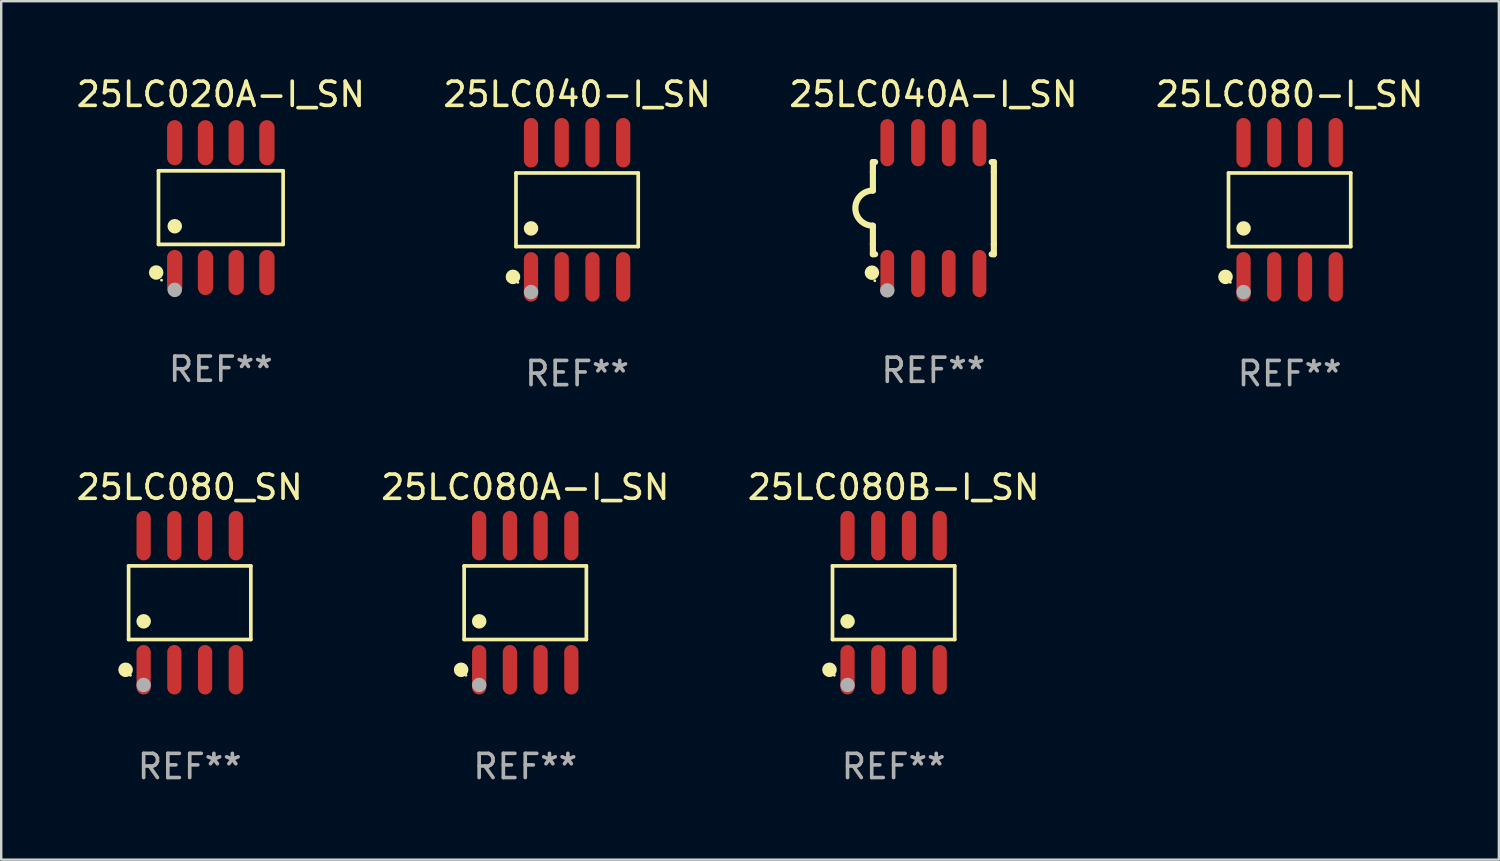
<source format=kicad_pcb>
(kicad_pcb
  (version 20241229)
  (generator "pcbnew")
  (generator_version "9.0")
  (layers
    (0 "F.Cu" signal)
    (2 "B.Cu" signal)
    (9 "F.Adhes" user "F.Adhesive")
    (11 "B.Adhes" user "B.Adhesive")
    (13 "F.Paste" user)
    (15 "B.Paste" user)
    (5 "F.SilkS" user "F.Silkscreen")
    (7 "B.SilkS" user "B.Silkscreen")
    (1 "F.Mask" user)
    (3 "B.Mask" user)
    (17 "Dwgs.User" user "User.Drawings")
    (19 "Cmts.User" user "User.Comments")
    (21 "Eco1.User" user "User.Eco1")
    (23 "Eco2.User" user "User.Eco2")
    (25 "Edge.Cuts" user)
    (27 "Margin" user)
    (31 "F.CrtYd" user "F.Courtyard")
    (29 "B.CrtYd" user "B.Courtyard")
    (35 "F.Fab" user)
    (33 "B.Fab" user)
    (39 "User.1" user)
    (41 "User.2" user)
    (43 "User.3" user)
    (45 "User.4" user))
  (footprint "25LC080B-I_SN"
    (layer "F.Cu")
    (at 33.887 21.862)
    (property "Reference" "25LC080B-I_SN" (at 0 -4.772 0) (layer "F.SilkS") (effects (font (size 1 1) (thickness 0.15))))
    (attr through_hole)
    (fp_line (start -2.526 -1.521) (end 2.526 -1.521) (stroke (width 0.152) (type solid)) (layer "F.SilkS"))
    (fp_line (start -2.526 1.521) (end -2.526 -1.521) (stroke (width 0.152) (type solid)) (layer "F.SilkS"))
    (fp_line (start 2.526 -1.521) (end 2.526 1.521) (stroke (width 0.152) (type solid)) (layer "F.SilkS"))
    (fp_line (start 2.526 1.521) (end -2.526 1.521) (stroke (width 0.152) (type solid)) (layer "F.SilkS"))
    (fp_circle (center -2.652 2.772) (end -2.501 2.772) (stroke (width 0.3) (type solid)) (fill no) (layer "F.SilkS"))
    (fp_circle (center -2.45 3) (end -2.42 3) (stroke (width 0.06) (type solid)) (fill no) (layer "F.SilkS"))
    (fp_circle (center -1.905 0.769) (end -1.755 0.769) (stroke (width 0.3) (type solid)) (fill no) (layer "F.SilkS"))
    (fp_circle (center -1.905 3.4) (end -1.755 3.4) (stroke (width 0.3) (type solid)) (fill no) (layer "F.Fab"))
    (fp_text user "REF**" (at 0 6.772 0) (layer "F.Fab") (effects (font (size 1 1) (thickness 0.15))))
    (pad "1" smd oval (at -1.905 2.772) (size 0.588 2.045) (layers "F.Cu" "F.Mask" "F.Paste"))
    (pad "2" smd oval (at -0.635 2.772) (size 0.588 2.045) (layers "F.Cu" "F.Mask" "F.Paste"))
    (pad "3" smd oval (at 0.635 2.772) (size 0.588 2.045) (layers "F.Cu" "F.Mask" "F.Paste"))
    (pad "4" smd oval (at 1.905 2.772) (size 0.588 2.045) (layers "F.Cu" "F.Mask" "F.Paste"))
    (pad "5" smd oval (at 1.905 -2.772) (size 0.588 2.045) (layers "F.Cu" "F.Mask" "F.Paste"))
    (pad "6" smd oval (at 0.635 -2.772) (size 0.588 2.045) (layers "F.Cu" "F.Mask" "F.Paste"))
    (pad "7" smd oval (at -0.635 -2.772) (size 0.588 2.045) (layers "F.Cu" "F.Mask" "F.Paste"))
    (pad "8" smd oval (at -1.905 -2.772) (size 0.588 2.045) (layers "F.Cu" "F.Mask" "F.Paste")))
  (footprint "25LC080A-I_SN"
    (layer "F.Cu")
    (at 18.661 21.862)
    (property "Reference" "25LC080A-I_SN" (at 0 -4.772 0) (layer "F.SilkS") (effects (font (size 1 1) (thickness 0.15))))
    (attr through_hole)
    (fp_line (start -2.526 -1.521) (end 2.526 -1.521) (stroke (width 0.152) (type solid)) (layer "F.SilkS"))
    (fp_line (start -2.526 1.521) (end -2.526 -1.521) (stroke (width 0.152) (type solid)) (layer "F.SilkS"))
    (fp_line (start 2.526 -1.521) (end 2.526 1.521) (stroke (width 0.152) (type solid)) (layer "F.SilkS"))
    (fp_line (start 2.526 1.521) (end -2.526 1.521) (stroke (width 0.152) (type solid)) (layer "F.SilkS"))
    (fp_circle (center -2.652 2.772) (end -2.501 2.772) (stroke (width 0.3) (type solid)) (fill no) (layer "F.SilkS"))
    (fp_circle (center -2.45 3) (end -2.42 3) (stroke (width 0.06) (type solid)) (fill no) (layer "F.SilkS"))
    (fp_circle (center -1.905 0.769) (end -1.755 0.769) (stroke (width 0.3) (type solid)) (fill no) (layer "F.SilkS"))
    (fp_circle (center -1.905 3.4) (end -1.755 3.4) (stroke (width 0.3) (type solid)) (fill no) (layer "F.Fab"))
    (fp_text user "REF**" (at 0 6.772 0) (layer "F.Fab") (effects (font (size 1 1) (thickness 0.15))))
    (pad "1" smd oval (at -1.905 2.772) (size 0.588 2.045) (layers "F.Cu" "F.Mask" "F.Paste"))
    (pad "2" smd oval (at -0.635 2.772) (size 0.588 2.045) (layers "F.Cu" "F.Mask" "F.Paste"))
    (pad "3" smd oval (at 0.635 2.772) (size 0.588 2.045) (layers "F.Cu" "F.Mask" "F.Paste"))
    (pad "4" smd oval (at 1.905 2.772) (size 0.588 2.045) (layers "F.Cu" "F.Mask" "F.Paste"))
    (pad "5" smd oval (at 1.905 -2.772) (size 0.588 2.045) (layers "F.Cu" "F.Mask" "F.Paste"))
    (pad "6" smd oval (at 0.635 -2.772) (size 0.588 2.045) (layers "F.Cu" "F.Mask" "F.Paste"))
    (pad "7" smd oval (at -0.635 -2.772) (size 0.588 2.045) (layers "F.Cu" "F.Mask" "F.Paste"))
    (pad "8" smd oval (at -1.905 -2.772) (size 0.588 2.045) (layers "F.Cu" "F.Mask" "F.Paste")))
  (footprint "25LC040-I_SN"
    (layer "F.Cu")
    (at 20.804 5.621)
    (property "Reference" "25LC040-I_SN" (at 0 -4.772 0) (layer "F.SilkS") (effects (font (size 1 1) (thickness 0.15))))
    (attr through_hole)
    (fp_line (start -2.526 -1.521) (end 2.526 -1.521) (stroke (width 0.152) (type solid)) (layer "F.SilkS"))
    (fp_line (start -2.526 1.521) (end -2.526 -1.521) (stroke (width 0.152) (type solid)) (layer "F.SilkS"))
    (fp_line (start 2.526 -1.521) (end 2.526 1.521) (stroke (width 0.152) (type solid)) (layer "F.SilkS"))
    (fp_line (start 2.526 1.521) (end -2.526 1.521) (stroke (width 0.152) (type solid)) (layer "F.SilkS"))
    (fp_circle (center -2.652 2.772) (end -2.501 2.772) (stroke (width 0.3) (type solid)) (fill no) (layer "F.SilkS"))
    (fp_circle (center -2.45 3) (end -2.42 3) (stroke (width 0.06) (type solid)) (fill no) (layer "F.SilkS"))
    (fp_circle (center -1.905 0.769) (end -1.755 0.769) (stroke (width 0.3) (type solid)) (fill no) (layer "F.SilkS"))
    (fp_circle (center -1.905 3.4) (end -1.755 3.4) (stroke (width 0.3) (type solid)) (fill no) (layer "F.Fab"))
    (fp_text user "REF**" (at 0 6.772 0) (layer "F.Fab") (effects (font (size 1 1) (thickness 0.15))))
    (pad "1" smd oval (at -1.905 2.772) (size 0.588 2.045) (layers "F.Cu" "F.Mask" "F.Paste"))
    (pad "2" smd oval (at -0.635 2.772) (size 0.588 2.045) (layers "F.Cu" "F.Mask" "F.Paste"))
    (pad "3" smd oval (at 0.635 2.772) (size 0.588 2.045) (layers "F.Cu" "F.Mask" "F.Paste"))
    (pad "4" smd oval (at 1.905 2.772) (size 0.588 2.045) (layers "F.Cu" "F.Mask" "F.Paste"))
    (pad "5" smd oval (at 1.905 -2.772) (size 0.588 2.045) (layers "F.Cu" "F.Mask" "F.Paste"))
    (pad "6" smd oval (at 0.635 -2.772) (size 0.588 2.045) (layers "F.Cu" "F.Mask" "F.Paste"))
    (pad "7" smd oval (at -0.635 -2.772) (size 0.588 2.045) (layers "F.Cu" "F.Mask" "F.Paste"))
    (pad "8" smd oval (at -1.905 -2.772) (size 0.588 2.045) (layers "F.Cu" "F.Mask" "F.Paste")))
  (footprint "25LC080-I_SN"
    (layer "F.Cu")
    (at 50.256 5.621)
    (property "Reference" "25LC080-I_SN" (at 0 -4.772 0) (layer "F.SilkS") (effects (font (size 1 1) (thickness 0.15))))
    (attr through_hole)
    (fp_line (start -2.526 -1.521) (end 2.526 -1.521) (stroke (width 0.152) (type solid)) (layer "F.SilkS"))
    (fp_line (start -2.526 1.521) (end -2.526 -1.521) (stroke (width 0.152) (type solid)) (layer "F.SilkS"))
    (fp_line (start 2.526 -1.521) (end 2.526 1.521) (stroke (width 0.152) (type solid)) (layer "F.SilkS"))
    (fp_line (start 2.526 1.521) (end -2.526 1.521) (stroke (width 0.152) (type solid)) (layer "F.SilkS"))
    (fp_circle (center -2.652 2.772) (end -2.501 2.772) (stroke (width 0.3) (type solid)) (fill no) (layer "F.SilkS"))
    (fp_circle (center -2.45 3) (end -2.42 3) (stroke (width 0.06) (type solid)) (fill no) (layer "F.SilkS"))
    (fp_circle (center -1.905 0.769) (end -1.755 0.769) (stroke (width 0.3) (type solid)) (fill no) (layer "F.SilkS"))
    (fp_circle (center -1.905 3.4) (end -1.755 3.4) (stroke (width 0.3) (type solid)) (fill no) (layer "F.Fab"))
    (fp_text user "REF**" (at 0 6.772 0) (layer "F.Fab") (effects (font (size 1 1) (thickness 0.15))))
    (pad "1" smd oval (at -1.905 2.772) (size 0.588 2.045) (layers "F.Cu" "F.Mask" "F.Paste"))
    (pad "2" smd oval (at -0.635 2.772) (size 0.588 2.045) (layers "F.Cu" "F.Mask" "F.Paste"))
    (pad "3" smd oval (at 0.635 2.772) (size 0.588 2.045) (layers "F.Cu" "F.Mask" "F.Paste"))
    (pad "4" smd oval (at 1.905 2.772) (size 0.588 2.045) (layers "F.Cu" "F.Mask" "F.Paste"))
    (pad "5" smd oval (at 1.905 -2.772) (size 0.588 2.045) (layers "F.Cu" "F.Mask" "F.Paste"))
    (pad "6" smd oval (at 0.635 -2.772) (size 0.588 2.045) (layers "F.Cu" "F.Mask" "F.Paste"))
    (pad "7" smd oval (at -0.635 -2.772) (size 0.588 2.045) (layers "F.Cu" "F.Mask" "F.Paste"))
    (pad "8" smd oval (at -1.905 -2.772) (size 0.588 2.045) (layers "F.Cu" "F.Mask" "F.Paste")))
  (footprint "25LC080_SN"
    (layer "F.Cu")
    (at 4.792 21.862)
    (property "Reference" "25LC080_SN" (at 0 -4.772 0) (layer "F.SilkS") (effects (font (size 1 1) (thickness 0.15))))
    (attr through_hole)
    (fp_line (start -2.526 -1.521) (end 2.526 -1.521) (stroke (width 0.152) (type solid)) (layer "F.SilkS"))
    (fp_line (start -2.526 1.521) (end -2.526 -1.521) (stroke (width 0.152) (type solid)) (layer "F.SilkS"))
    (fp_line (start 2.526 -1.521) (end 2.526 1.521) (stroke (width 0.152) (type solid)) (layer "F.SilkS"))
    (fp_line (start 2.526 1.521) (end -2.526 1.521) (stroke (width 0.152) (type solid)) (layer "F.SilkS"))
    (fp_circle (center -2.652 2.772) (end -2.501 2.772) (stroke (width 0.3) (type solid)) (fill no) (layer "F.SilkS"))
    (fp_circle (center -2.45 3) (end -2.42 3) (stroke (width 0.06) (type solid)) (fill no) (layer "F.SilkS"))
    (fp_circle (center -1.905 0.769) (end -1.755 0.769) (stroke (width 0.3) (type solid)) (fill no) (layer "F.SilkS"))
    (fp_circle (center -1.905 3.4) (end -1.755 3.4) (stroke (width 0.3) (type solid)) (fill no) (layer "F.Fab"))
    (fp_text user "REF**" (at 0 6.772 0) (layer "F.Fab") (effects (font (size 1 1) (thickness 0.15))))
    (pad "1" smd oval (at -1.905 2.772) (size 0.588 2.045) (layers "F.Cu" "F.Mask" "F.Paste"))
    (pad "2" smd oval (at -0.635 2.772) (size 0.588 2.045) (layers "F.Cu" "F.Mask" "F.Paste"))
    (pad "3" smd oval (at 0.635 2.772) (size 0.588 2.045) (layers "F.Cu" "F.Mask" "F.Paste"))
    (pad "4" smd oval (at 1.905 2.772) (size 0.588 2.045) (layers "F.Cu" "F.Mask" "F.Paste"))
    (pad "5" smd oval (at 1.905 -2.772) (size 0.588 2.045) (layers "F.Cu" "F.Mask" "F.Paste"))
    (pad "6" smd oval (at 0.635 -2.772) (size 0.588 2.045) (layers "F.Cu" "F.Mask" "F.Paste"))
    (pad "7" smd oval (at -0.635 -2.772) (size 0.588 2.045) (layers "F.Cu" "F.Mask" "F.Paste"))
    (pad "8" smd oval (at -1.905 -2.772) (size 0.588 2.045) (layers "F.Cu" "F.Mask" "F.Paste")))
  (footprint "25LC040A-I_SN"
    (layer "F.Cu")
    (at 35.53 5.553)
    (property "Reference" "25LC040A-I_SN" (at 0 -4.705 0) (layer "F.SilkS") (effects (font (size 1 1) (thickness 0.15))))
    (attr through_hole)
    (fp_line (start -2.5 -1.905) (end -2.409 -1.905) (stroke (width 0.254) (type solid)) (layer "F.SilkS"))
    (fp_line (start -2.5 -1.5) (end -2.5 -1.905) (stroke (width 0.254) (type solid)) (layer "F.SilkS"))
    (fp_line (start -2.5 -1.5) (end -2.5 -0.726) (stroke (width 0.254) (type solid)) (layer "F.SilkS"))
    (fp_line (start -2.5 1.5) (end -2.5 0.727) (stroke (width 0.254) (type solid)) (layer "F.SilkS"))
    (fp_line (start -2.5 1.5) (end -2.5 1.905) (stroke (width 0.254) (type solid)) (layer "F.SilkS"))
    (fp_line (start -2.5 1.905) (end -2.409 1.905) (stroke (width 0.254) (type solid)) (layer "F.SilkS"))
    (fp_line (start 2.5 -1.905) (end 2.409 -1.905) (stroke (width 0.254) (type solid)) (layer "F.SilkS"))
    (fp_line (start 2.5 -1.5) (end 2.5 -1.905) (stroke (width 0.254) (type solid)) (layer "F.SilkS"))
    (fp_line (start 2.5 -1.5) (end 2.5 1.5) (stroke (width 0.254) (type solid)) (layer "F.SilkS"))
    (fp_line (start 2.5 1.5) (end 2.5 1.905) (stroke (width 0.254) (type solid)) (layer "F.SilkS"))
    (fp_line (start 2.5 1.905) (end 2.409 1.905) (stroke (width 0.254) (type solid)) (layer "F.SilkS"))
    (fp_arc (start -2.5 0.726568) (mid -3.220316 -0.0023) (end -2.495097 -0.726289) (stroke (width 0.254001) (type solid)) (layer "F.SilkS"))
    (fp_circle (center -2.54 2.667) (end -2.39 2.667) (stroke (width 0.3) (type solid)) (fill no) (layer "F.SilkS"))
    (fp_circle (center -2.42 3) (end -2.39 3) (stroke (width 0.06) (type solid)) (fill no) (layer "F.SilkS"))
    (fp_circle (center -1.905 3.4) (end -1.755 3.4) (stroke (width 0.3) (type solid)) (fill no) (layer "F.Fab"))
    (fp_text user "REF**" (at 0 6.705 0) (layer "F.Fab") (effects (font (size 1 1) (thickness 0.15))))
    (pad "1" smd oval (at -1.905 2.705) (size 0.568 1.95) (layers "F.Cu" "F.Mask" "F.Paste"))
    (pad "2" smd oval (at -0.635 2.705) (size 0.568 1.95) (layers "F.Cu" "F.Mask" "F.Paste"))
    (pad "3" smd oval (at 0.635 2.705) (size 0.568 1.95) (layers "F.Cu" "F.Mask" "F.Paste"))
    (pad "4" smd oval (at 1.905 2.705) (size 0.568 1.95) (layers "F.Cu" "F.Mask" "F.Paste"))
    (pad "5" smd oval (at 1.905 -2.705) (size 0.568 1.95) (layers "F.Cu" "F.Mask" "F.Paste"))
    (pad "6" smd oval (at 0.635 -2.705) (size 0.568 1.95) (layers "F.Cu" "F.Mask" "F.Paste"))
    (pad "7" smd oval (at -0.635 -2.705) (size 0.568 1.95) (layers "F.Cu" "F.Mask" "F.Paste"))
    (pad "8" smd oval (at -1.905 -2.705) (size 0.568 1.95) (layers "F.Cu" "F.Mask" "F.Paste")))
  (footprint "25LC020A-I_SN"
    (layer "F.Cu")
    (at 6.077 5.531)
    (property "Reference" "25LC020A-I_SN" (at 0 -4.682 0) (layer "F.SilkS") (effects (font (size 1 1) (thickness 0.15))))
    (attr through_hole)
    (fp_line (start -2.576 -1.521) (end 2.576 -1.521) (stroke (width 0.152) (type solid)) (layer "F.SilkS"))
    (fp_line (start -2.576 1.521) (end -2.576 -1.521) (stroke (width 0.152) (type solid)) (layer "F.SilkS"))
    (fp_line (start 2.576 -1.521) (end 2.576 1.521) (stroke (width 0.152) (type solid)) (layer "F.SilkS"))
    (fp_line (start 2.576 1.521) (end -2.576 1.521) (stroke (width 0.152) (type solid)) (layer "F.SilkS"))
    (fp_circle (center -2.672 2.682) (end -2.522 2.682) (stroke (width 0.3) (type solid)) (fill no) (layer "F.SilkS"))
    (fp_circle (center -2.45 3) (end -2.42 3) (stroke (width 0.06) (type solid)) (fill no) (layer "F.SilkS"))
    (fp_circle (center -1.905 0.769) (end -1.755 0.769) (stroke (width 0.3) (type solid)) (fill no) (layer "F.SilkS"))
    (fp_circle (center -1.905 3.4) (end -1.755 3.4) (stroke (width 0.3) (type solid)) (fill no) (layer "F.Fab"))
    (fp_text user "REF**" (at 0 6.682 0) (layer "F.Fab") (effects (font (size 1 1) (thickness 0.15))))
    (pad "1" smd oval (at -1.905 2.682) (size 0.63 1.865) (layers "F.Cu" "F.Mask" "F.Paste"))
    (pad "2" smd oval (at -0.635 2.682) (size 0.63 1.865) (layers "F.Cu" "F.Mask" "F.Paste"))
    (pad "3" smd oval (at 0.635 2.682) (size 0.63 1.865) (layers "F.Cu" "F.Mask" "F.Paste"))
    (pad "4" smd oval (at 1.905 2.682) (size 0.63 1.865) (layers "F.Cu" "F.Mask" "F.Paste"))
    (pad "5" smd oval (at 1.905 -2.682) (size 0.63 1.865) (layers "F.Cu" "F.Mask" "F.Paste"))
    (pad "6" smd oval (at 0.635 -2.682) (size 0.63 1.865) (layers "F.Cu" "F.Mask" "F.Paste"))
    (pad "7" smd oval (at -0.635 -2.682) (size 0.63 1.865) (layers "F.Cu" "F.Mask" "F.Paste"))
    (pad "8" smd oval (at -1.905 -2.682) (size 0.63 1.865) (layers "F.Cu" "F.Mask" "F.Paste")))
  (gr_rect
    (start -3 -3)
    (end 58.905 32.483)
    (stroke (width 0.1) (type default))
    (fill no)
    (layer "Edge.Cuts")))
</source>
